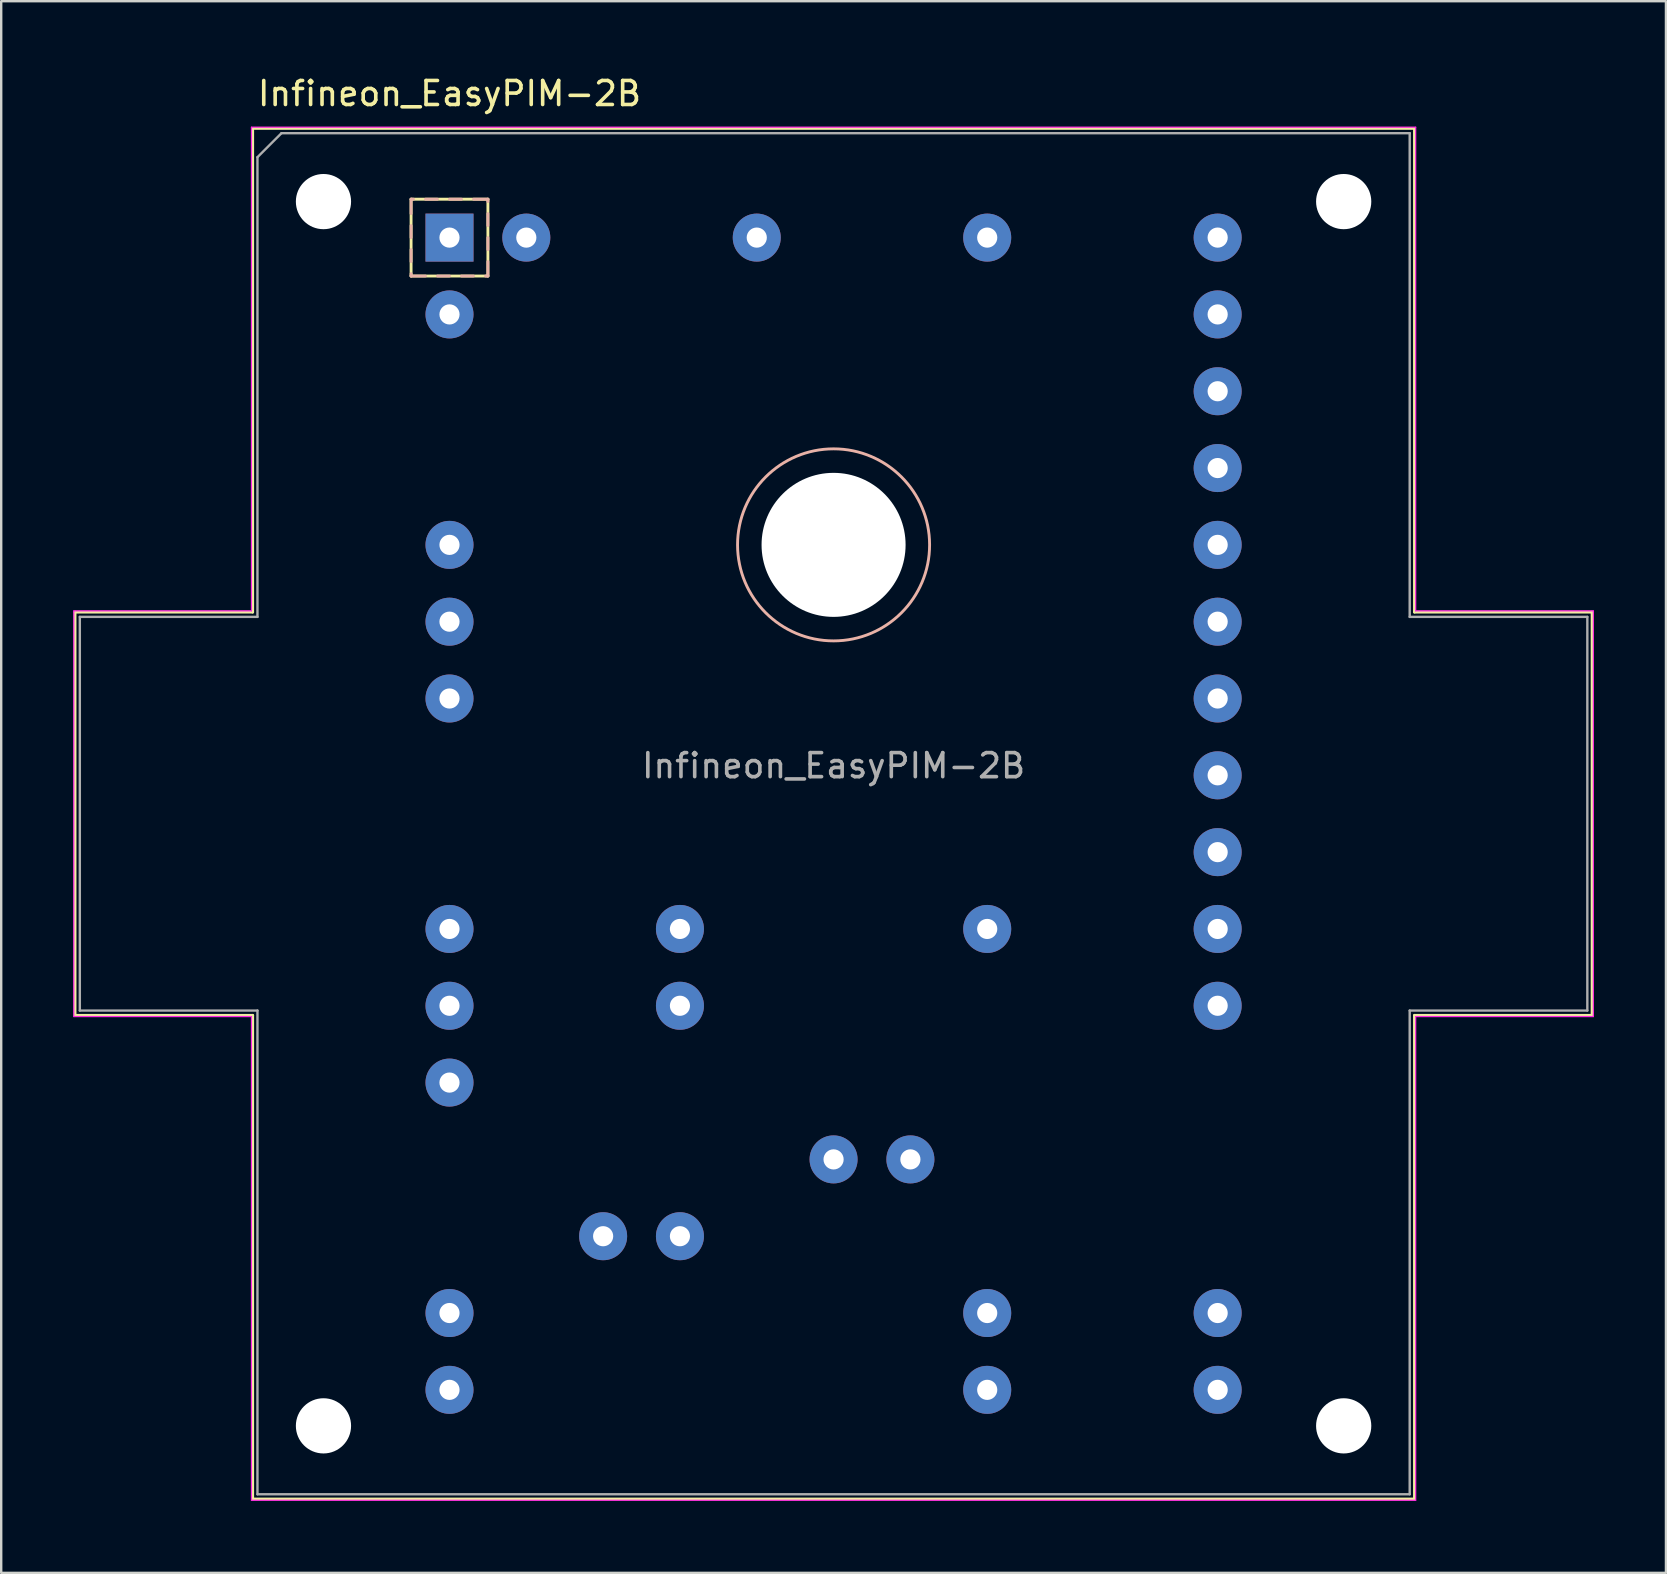
<source format=kicad_pcb>
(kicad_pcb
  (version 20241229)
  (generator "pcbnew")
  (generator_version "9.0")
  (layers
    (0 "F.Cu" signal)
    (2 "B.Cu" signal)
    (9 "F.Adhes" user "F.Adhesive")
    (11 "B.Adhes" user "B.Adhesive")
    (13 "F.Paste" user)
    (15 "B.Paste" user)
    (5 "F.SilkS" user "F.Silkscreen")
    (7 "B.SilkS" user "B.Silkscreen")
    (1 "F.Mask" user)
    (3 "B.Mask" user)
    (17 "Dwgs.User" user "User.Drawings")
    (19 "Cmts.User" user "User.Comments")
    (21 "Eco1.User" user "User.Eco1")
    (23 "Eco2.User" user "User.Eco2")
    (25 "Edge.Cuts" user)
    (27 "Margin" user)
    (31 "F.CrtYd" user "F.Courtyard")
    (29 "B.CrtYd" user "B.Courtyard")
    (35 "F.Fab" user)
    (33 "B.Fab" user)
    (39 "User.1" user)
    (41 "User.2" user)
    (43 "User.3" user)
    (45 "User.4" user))
  (footprint "Infineon_EasyPIM-2B"
    (layer "F.Cu")
    (at 15.675 6.848)
    (property "Reference" "Infineon_EasyPIM-2B" (at 0 -6 180) (layer "F.SilkS") (effects (font (size 1 1) (thickness 0.15))))
    (attr through_hole)
    (fp_line (start -15.6 15.6) (end -15.6 32.4) (stroke (width 0.12) (type solid)) (layer "F.SilkS"))
    (fp_line (start -15.6 32.4) (end -8.2 32.4) (stroke (width 0.12) (type solid)) (layer "F.SilkS"))
    (fp_line (start -8.2 -4.55) (end -8.2 15.6) (stroke (width 0.12) (type solid)) (layer "F.SilkS"))
    (fp_line (start -8.2 15.6) (end -15.6 15.6) (stroke (width 0.12) (type solid)) (layer "F.SilkS"))
    (fp_line (start -8.2 32.4) (end -8.2 52.55) (stroke (width 0.12) (type solid)) (layer "F.SilkS"))
    (fp_line (start -8.2 52.55) (end 40.2 52.55) (stroke (width 0.12) (type solid)) (layer "F.SilkS"))
    (fp_line (start -1.6 -1.6) (end 1.6 -1.6) (stroke (width 0.12) (type solid)) (layer "F.SilkS"))
    (fp_line (start -1.6 1.6) (end -1.6 -1.6) (stroke (width 0.12) (type solid)) (layer "F.SilkS"))
    (fp_line (start 1.6 -1.6) (end 1.6 1.6) (stroke (width 0.12) (type solid)) (layer "F.SilkS"))
    (fp_line (start 1.6 1.6) (end -1.6 1.6) (stroke (width 0.12) (type solid)) (layer "F.SilkS"))
    (fp_line (start 40.2 -4.55) (end -8.2 -4.55) (stroke (width 0.12) (type solid)) (layer "F.SilkS"))
    (fp_line (start 40.2 15.6) (end 40.2 -4.55) (stroke (width 0.12) (type solid)) (layer "F.SilkS"))
    (fp_line (start 40.2 32.4) (end 47.6 32.4) (stroke (width 0.12) (type solid)) (layer "F.SilkS"))
    (fp_line (start 40.2 52.55) (end 40.2 32.4) (stroke (width 0.12) (type solid)) (layer "F.SilkS"))
    (fp_line (start 47.6 15.6) (end 40.2 15.6) (stroke (width 0.12) (type solid)) (layer "F.SilkS"))
    (fp_line (start 47.6 32.4) (end 47.6 15.6) (stroke (width 0.12) (type solid)) (layer "F.SilkS"))
    (fp_line (start -1.6 -1.6) (end -1.6 -1) (stroke (width 0.12) (type solid)) (layer "B.SilkS"))
    (fp_line (start -1.6 -0.5) (end -1.6 0) (stroke (width 0.12) (type solid)) (layer "B.SilkS"))
    (fp_line (start -1.6 0.5) (end -1.6 1) (stroke (width 0.12) (type solid)) (layer "B.SilkS"))
    (fp_line (start -1.6 1.5) (end -1.6 1.6) (stroke (width 0.12) (type solid)) (layer "B.SilkS"))
    (fp_line (start -1.6 1.6) (end -1 1.6) (stroke (width 0.12) (type solid)) (layer "B.SilkS"))
    (fp_line (start -1.5 -1.6) (end -1.6 -1.6) (stroke (width 0.12) (type solid)) (layer "B.SilkS"))
    (fp_line (start -0.5 -1.6) (end -1 -1.6) (stroke (width 0.12) (type solid)) (layer "B.SilkS"))
    (fp_line (start -0.5 1.6) (end 0 1.6) (stroke (width 0.12) (type solid)) (layer "B.SilkS"))
    (fp_line (start 0.5 -1.6) (end 0 -1.6) (stroke (width 0.12) (type solid)) (layer "B.SilkS"))
    (fp_line (start 0.5 1.6) (end 1 1.6) (stroke (width 0.12) (type solid)) (layer "B.SilkS"))
    (fp_line (start 1.5 1.6) (end 1.6 1.6) (stroke (width 0.12) (type solid)) (layer "B.SilkS"))
    (fp_line (start 1.6 -1.6) (end 1 -1.6) (stroke (width 0.12) (type solid)) (layer "B.SilkS"))
    (fp_line (start 1.6 -1.5) (end 1.6 -1.6) (stroke (width 0.12) (type solid)) (layer "B.SilkS"))
    (fp_line (start 1.6 -0.5) (end 1.6 -1) (stroke (width 0.12) (type solid)) (layer "B.SilkS"))
    (fp_line (start 1.6 0.5) (end 1.6 0) (stroke (width 0.12) (type solid)) (layer "B.SilkS"))
    (fp_line (start 1.6 1.6) (end 1.6 1) (stroke (width 0.12) (type solid)) (layer "B.SilkS"))
    (fp_circle (center 16 12.8) (end 16 16.8) (stroke (width 0.12) (type solid)) (fill no) (layer "B.SilkS"))
    (fp_line (start -15.65 15.55) (end -15.65 32.45) (stroke (width 0.05) (type solid)) (layer "F.CrtYd"))
    (fp_line (start -15.65 32.45) (end -8.25 32.45) (stroke (width 0.05) (type solid)) (layer "F.CrtYd"))
    (fp_line (start -8.25 -4.6) (end -8.25 15.55) (stroke (width 0.05) (type solid)) (layer "F.CrtYd"))
    (fp_line (start -8.25 15.55) (end -15.65 15.55) (stroke (width 0.05) (type solid)) (layer "F.CrtYd"))
    (fp_line (start -8.25 32.45) (end -8.25 52.6) (stroke (width 0.05) (type solid)) (layer "F.CrtYd"))
    (fp_line (start -8.25 52.6) (end 40.25 52.6) (stroke (width 0.05) (type solid)) (layer "F.CrtYd"))
    (fp_line (start 40.25 -4.6) (end -8.25 -4.6) (stroke (width 0.05) (type solid)) (layer "F.CrtYd"))
    (fp_line (start 40.25 15.55) (end 40.25 -4.6) (stroke (width 0.05) (type solid)) (layer "F.CrtYd"))
    (fp_line (start 40.25 32.45) (end 47.65 32.45) (stroke (width 0.05) (type solid)) (layer "F.CrtYd"))
    (fp_line (start 40.25 52.6) (end 40.25 32.45) (stroke (width 0.05) (type solid)) (layer "F.CrtYd"))
    (fp_line (start 47.65 15.55) (end 40.25 15.55) (stroke (width 0.05) (type solid)) (layer "F.CrtYd"))
    (fp_line (start 47.65 32.45) (end 47.65 15.55) (stroke (width 0.05) (type solid)) (layer "F.CrtYd"))
    (fp_line (start -15.4 15.8) (end -15.4 32.2) (stroke (width 0.1) (type solid)) (layer "F.Fab"))
    (fp_line (start -15.4 15.8) (end -8 15.8) (stroke (width 0.1) (type solid)) (layer "F.Fab"))
    (fp_line (start -15.4 32.2) (end -8 32.2) (stroke (width 0.1) (type solid)) (layer "F.Fab"))
    (fp_line (start -8 -3.35) (end -8 15.8) (stroke (width 0.1) (type solid)) (layer "F.Fab"))
    (fp_line (start -8 32.2) (end -8 52.35) (stroke (width 0.1) (type solid)) (layer "F.Fab"))
    (fp_line (start -8 52.35) (end 40 52.35) (stroke (width 0.1) (type solid)) (layer "F.Fab"))
    (fp_line (start -7 -4.35) (end -8 -3.35) (stroke (width 0.1) (type solid)) (layer "F.Fab"))
    (fp_line (start 40 -4.35) (end -7 -4.35) (stroke (width 0.1) (type solid)) (layer "F.Fab"))
    (fp_line (start 40 15.8) (end 40 -4.35) (stroke (width 0.1) (type solid)) (layer "F.Fab"))
    (fp_line (start 40 52.35) (end 40 32.2) (stroke (width 0.1) (type solid)) (layer "F.Fab"))
    (fp_line (start 47.4 15.8) (end 40 15.8) (stroke (width 0.1) (type solid)) (layer "F.Fab"))
    (fp_line (start 47.4 15.8) (end 47.4 32.2) (stroke (width 0.1) (type solid)) (layer "F.Fab"))
    (fp_line (start 47.4 32.2) (end 40 32.2) (stroke (width 0.1) (type solid)) (layer "F.Fab"))
    (fp_text user "${REFERENCE}" (at 16 22 0) (layer "F.Fab") (effects (font (size 1 1) (thickness 0.15))))
    (pad "" np_thru_hole circle (at -5.25 -1.5) (size 2.3 2.3) (drill 2.3) (layers "*.Cu" "*.Mask"))
    (pad "" np_thru_hole circle (at -5.25 49.5) (size 2.3 2.3) (drill 2.3) (layers "*.Cu" "*.Mask"))
    (pad "" np_thru_hole circle (at 16 12.8) (size 6 6) (drill 6) (layers "*.Cu" "*.Mask"))
    (pad "" np_thru_hole circle (at 37.25 -1.5) (size 2.3 2.3) (drill 2.3) (layers "*.Cu" "*.Mask"))
    (pad "" np_thru_hole circle (at 37.25 49.5) (size 2.3 2.3) (drill 2.3) (layers "*.Cu" "*.Mask"))
    (pad "B" thru_hole circle (at 22.4 28.8) (size 2 2) (drill 0.84) (layers "*.Cu" "*.Mask"))
    (pad "EU" thru_hole circle (at 32 19.2) (size 2 2) (drill 0.84) (layers "*.Cu" "*.Mask"))
    (pad "EU" thru_hole circle (at 32 22.4) (size 2 2) (drill 0.84) (layers "*.Cu" "*.Mask"))
    (pad "EV" thru_hole circle (at 32 9.6) (size 2 2) (drill 0.84) (layers "*.Cu" "*.Mask"))
    (pad "EV" thru_hole circle (at 32 12.8) (size 2 2) (drill 0.84) (layers "*.Cu" "*.Mask"))
    (pad "EW" thru_hole circle (at 32 0) (size 2 2) (drill 0.84) (layers "*.Cu" "*.Mask"))
    (pad "EW" thru_hole circle (at 32 3.2) (size 2 2) (drill 0.84) (layers "*.Cu" "*.Mask"))
    (pad "G1" thru_hole circle (at 0 28.8) (size 2 2) (drill 0.84) (layers "*.Cu" "*.Mask"))
    (pad "G2" thru_hole circle (at 32 25.6) (size 2 2) (drill 0.84) (layers "*.Cu" "*.Mask"))
    (pad "G3" thru_hole circle (at 0 12.8) (size 2 2) (drill 0.84) (layers "*.Cu" "*.Mask"))
    (pad "G4" thru_hole circle (at 32 16) (size 2 2) (drill 0.84) (layers "*.Cu" "*.Mask"))
    (pad "G5" thru_hole circle (at 3.2 0) (size 2 2) (drill 0.84) (layers "*.Cu" "*.Mask"))
    (pad "G6" thru_hole circle (at 32 6.4) (size 2 2) (drill 0.84) (layers "*.Cu" "*.Mask"))
    (pad "GB" thru_hole circle (at 32 32) (size 2 2) (drill 0.84) (layers "*.Cu" "*.Mask"))
    (pad "L1" thru_hole circle (at 16 38.4) (size 2 2) (drill 0.84) (layers "*.Cu" "*.Mask"))
    (pad "L1" thru_hole circle (at 19.2 38.4) (size 2 2) (drill 0.84) (layers "*.Cu" "*.Mask"))
    (pad "L2" thru_hole circle (at 6.4 41.6) (size 2 2) (drill 0.84) (layers "*.Cu" "*.Mask"))
    (pad "L2" thru_hole circle (at 9.6 41.6) (size 2 2) (drill 0.84) (layers "*.Cu" "*.Mask"))
    (pad "L3" thru_hole circle (at 0 44.8) (size 2 2) (drill 0.84) (layers "*.Cu" "*.Mask"))
    (pad "L3" thru_hole circle (at 0 48) (size 2 2) (drill 0.84) (layers "*.Cu" "*.Mask"))
    (pad "N" thru_hole circle (at 32 44.8) (size 2 2) (drill 0.84) (layers "*.Cu" "*.Mask"))
    (pad "N" thru_hole circle (at 32 48) (size 2 2) (drill 0.84) (layers "*.Cu" "*.Mask"))
    (pad "NB" thru_hole circle (at 32 28.8) (size 2 2) (drill 0.84) (layers "*.Cu" "*.Mask"))
    (pad "P" thru_hole circle (at 22.4 44.8) (size 2 2) (drill 0.84) (layers "*.Cu" "*.Mask"))
    (pad "P" thru_hole circle (at 22.4 48) (size 2 2) (drill 0.84) (layers "*.Cu" "*.Mask"))
    (pad "P1" thru_hole circle (at 9.6 28.8) (size 2 2) (drill 0.84) (layers "*.Cu" "*.Mask"))
    (pad "P1" thru_hole circle (at 9.6 32) (size 2 2) (drill 0.84) (layers "*.Cu" "*.Mask"))
    (pad "T1" thru_hole circle (at 22.4 0) (size 2 2) (drill 0.84) (layers "*.Cu" "*.Mask"))
    (pad "T2" thru_hole circle (at 12.8 0) (size 2 2) (drill 0.84) (layers "*.Cu" "*.Mask"))
    (pad "U" thru_hole circle (at 0 32) (size 2 2) (drill 0.84) (layers "*.Cu" "*.Mask"))
    (pad "U" thru_hole circle (at 0 35.2) (size 2 2) (drill 0.84) (layers "*.Cu" "*.Mask"))
    (pad "V" thru_hole circle (at 0 16) (size 2 2) (drill 0.84) (layers "*.Cu" "*.Mask"))
    (pad "V" thru_hole circle (at 0 19.2) (size 2 2) (drill 0.84) (layers "*.Cu" "*.Mask"))
    (pad "W" thru_hole rect (at 0 0) (size 2 2) (drill 0.84) (layers "*.Cu" "*.Mask"))
    (pad "W" thru_hole circle (at 0 3.2) (size 2 2) (drill 0.84) (layers "*.Cu" "*.Mask"))
    (zone (net_name "") (layers "F.Cu" "B.Cu") (name "MH") (hatch full 0.508) (connect_pads) (min_thickness 0.254) (filled_areas_thickness no) (keepout (tracks not_allowed) (vias not_allowed) (pads not_allowed) (copperpour not_allowed) (footprints not_allowed)) (placement (enabled no)) (fill) (polygon (pts (xy 9.92 30.848) (xy 9.901 30.417) (xy 9.842 29.99) (xy 9.745 29.57) (xy 9.61 29.16) (xy 9.439 28.764) (xy 9.232 28.385) (xy 8.992 28.026) (xy 8.721 27.691) (xy 8.42 27.382) (xy 8.093 27.101) (xy 7.741 26.851) (xy 7.368 26.634) (xy 6.977 26.452) (xy 6.571 26.306) (xy 6.154 26.197) (xy 5.728 26.127) (xy 5.298 26.095) (xy 4.866 26.103) (xy 4.438 26.149) (xy 4.015 26.234) (xy 3.601 26.358) (xy 3.201 26.518) (xy 2.816 26.714) (xy 2.451 26.944) (xy 2.108 27.206) (xy 1.791 27.498) (xy 1.501 27.817) (xy 1.242 28.162) (xy 1.014 28.528) (xy 0.821 28.914) (xy 0.664 29.316) (xy 0.543 29.73) (xy 0.461 30.154) (xy 0.417 30.583) (xy 0.413 31.014) (xy 0.447 31.444) (xy 0.521 31.869) (xy 0.633 32.286) (xy 0.781 32.691) (xy 0.967 33.081) (xy 1.186 33.452) (xy 1.438 33.802) (xy 1.722 34.127) (xy 2.033 34.426) (xy 2.37 34.695) (xy 2.73 34.933) (xy 3.11 35.137) (xy 3.508 35.305) (xy 3.918 35.437) (xy 4.339 35.531) (xy 4.767 35.587) (xy 5.198 35.603) (xy 5.629 35.581) (xy 6.056 35.519) (xy 6.476 35.419) (xy 6.885 35.282) (xy 7.279 35.107) (xy 7.657 34.898) (xy 8.013 34.656) (xy 8.347 34.382) (xy 8.654 34.079) (xy 8.932 33.75) (xy 9.18 33.396) (xy 9.394 33.022) (xy 9.574 32.63) (xy 9.717 32.223) (xy 9.823 31.804) (xy 9.89 31.378) (xy 9.919 30.948))))
    (zone (net_name "") (layers "F.Cu" "B.Cu") (name "MH") (hatch full 0.508) (connect_pads) (min_thickness 0.254) (filled_areas_thickness no) (keepout (tracks not_allowed) (vias not_allowed) (pads not_allowed) (copperpour not_allowed) (footprints not_allowed)) (placement (enabled no)) (fill) (polygon (pts (xy 62.92 30.848) (xy 62.901 30.417) (xy 62.842 29.99) (xy 62.745 29.57) (xy 62.61 29.16) (xy 62.439 28.764) (xy 62.232 28.385) (xy 61.992 28.026) (xy 61.721 27.691) (xy 61.42 27.382) (xy 61.093 27.101) (xy 60.741 26.851) (xy 60.368 26.634) (xy 59.977 26.452) (xy 59.571 26.306) (xy 59.154 26.197) (xy 58.728 26.127) (xy 58.298 26.095) (xy 57.866 26.103) (xy 57.438 26.149) (xy 57.015 26.234) (xy 56.601 26.358) (xy 56.201 26.518) (xy 55.816 26.714) (xy 55.451 26.944) (xy 55.108 27.206) (xy 54.791 27.498) (xy 54.501 27.817) (xy 54.242 28.162) (xy 54.014 28.528) (xy 53.821 28.914) (xy 53.664 29.316) (xy 53.543 29.73) (xy 53.461 30.154) (xy 53.417 30.583) (xy 53.413 31.014) (xy 53.447 31.444) (xy 53.521 31.869) (xy 53.633 32.286) (xy 53.781 32.691) (xy 53.967 33.081) (xy 54.186 33.452) (xy 54.438 33.802) (xy 54.722 34.127) (xy 55.033 34.426) (xy 55.37 34.695) (xy 55.73 34.933) (xy 56.11 35.137) (xy 56.508 35.305) (xy 56.918 35.437) (xy 57.339 35.531) (xy 57.767 35.587) (xy 58.198 35.603) (xy 58.629 35.581) (xy 59.056 35.519) (xy 59.476 35.419) (xy 59.885 35.282) (xy 60.279 35.107) (xy 60.657 34.898) (xy 61.013 34.656) (xy 61.347 34.382) (xy 61.654 34.079) (xy 61.932 33.75) (xy 62.18 33.396) (xy 62.394 33.022) (xy 62.574 32.63) (xy 62.717 32.223) (xy 62.823 31.804) (xy 62.89 31.378) (xy 62.919 30.948)))))
  (gr_rect
    (start -3 -3)
    (end 66.35 62.473)
    (stroke (width 0.1) (type default))
    (fill no)
    (layer "Edge.Cuts")))
</source>
